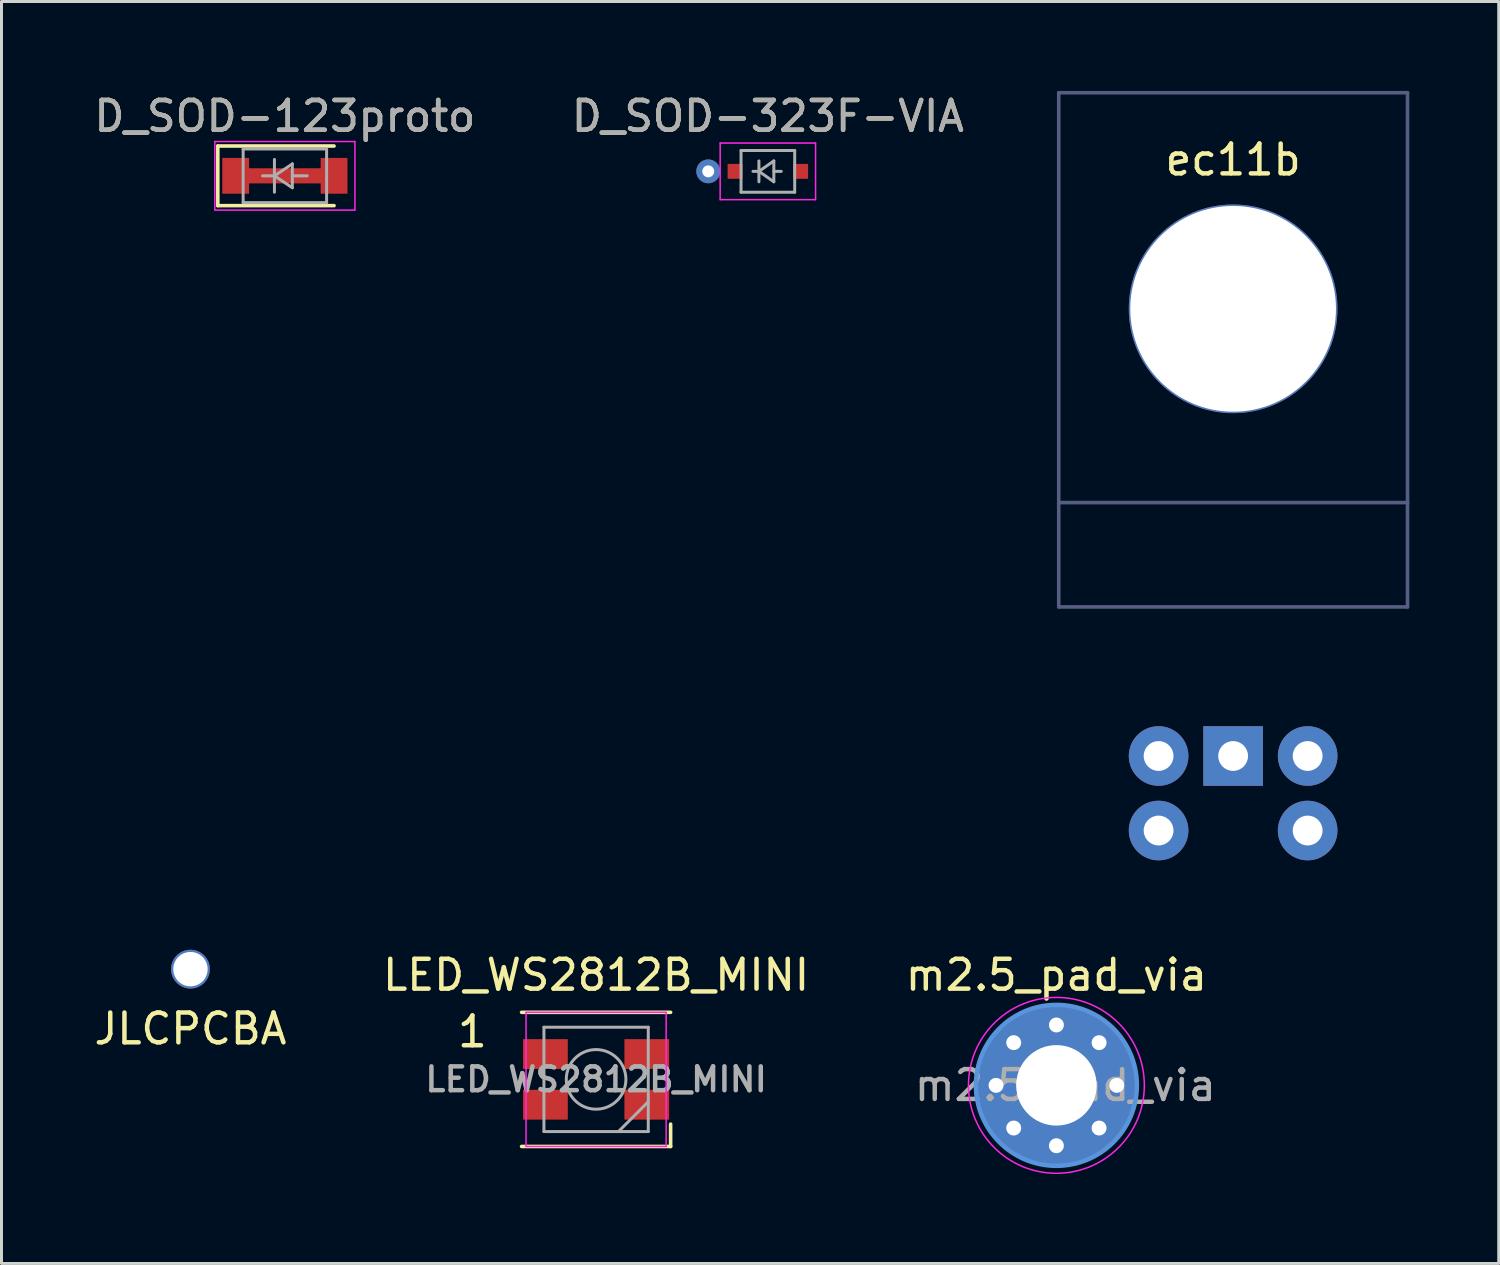
<source format=kicad_pcb>
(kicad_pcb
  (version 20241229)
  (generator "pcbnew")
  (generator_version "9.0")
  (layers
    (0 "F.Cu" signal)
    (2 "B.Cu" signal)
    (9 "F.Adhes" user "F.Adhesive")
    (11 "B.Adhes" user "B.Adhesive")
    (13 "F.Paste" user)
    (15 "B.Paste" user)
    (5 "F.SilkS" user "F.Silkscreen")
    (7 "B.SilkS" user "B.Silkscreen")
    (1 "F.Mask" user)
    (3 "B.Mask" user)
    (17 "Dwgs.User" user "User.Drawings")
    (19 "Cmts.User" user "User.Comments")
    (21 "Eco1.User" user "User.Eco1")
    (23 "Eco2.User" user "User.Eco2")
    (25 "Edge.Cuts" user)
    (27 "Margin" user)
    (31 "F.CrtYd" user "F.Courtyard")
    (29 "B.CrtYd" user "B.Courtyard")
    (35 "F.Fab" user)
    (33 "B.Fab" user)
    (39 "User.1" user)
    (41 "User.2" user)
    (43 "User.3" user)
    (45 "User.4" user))
  (footprint "D_SOD-323F-VIA"
    (layer "F.Cu")
    (at 22.708 2.698)
    (property "Reference" "D_SOD-323F-VIA" (at 0 -1.85 0) (layer "F.SilkS") (effects (font (size 1 1) (thickness 0.15))))
    (attr smd)
    (fp_line (start -1.6 -0.95) (end -1.6 0.95) (stroke (width 0.05) (type solid)) (layer "F.CrtYd"))
    (fp_line (start -1.6 -0.95) (end 1.6 -0.95) (stroke (width 0.05) (type solid)) (layer "F.CrtYd"))
    (fp_line (start -1.6 0.95) (end 1.6 0.95) (stroke (width 0.05) (type solid)) (layer "F.CrtYd"))
    (fp_line (start 1.6 -0.95) (end 1.6 0.95) (stroke (width 0.05) (type solid)) (layer "F.CrtYd"))
    (fp_line (start -0.9 -0.7) (end 0.9 -0.7) (stroke (width 0.1) (type solid)) (layer "F.Fab"))
    (fp_line (start -0.9 0.7) (end -0.9 -0.7) (stroke (width 0.1) (type solid)) (layer "F.Fab"))
    (fp_line (start -0.3 -0.35) (end -0.3 0.35) (stroke (width 0.1) (type solid)) (layer "F.Fab"))
    (fp_line (start -0.3 0) (end -0.5 0) (stroke (width 0.1) (type solid)) (layer "F.Fab"))
    (fp_line (start -0.3 0) (end 0.2 -0.35) (stroke (width 0.1) (type solid)) (layer "F.Fab"))
    (fp_line (start 0.2 -0.35) (end 0.2 0.35) (stroke (width 0.1) (type solid)) (layer "F.Fab"))
    (fp_line (start 0.2 0) (end 0.45 0) (stroke (width 0.1) (type solid)) (layer "F.Fab"))
    (fp_line (start 0.2 0.35) (end -0.3 0) (stroke (width 0.1) (type solid)) (layer "F.Fab"))
    (fp_line (start 0.9 -0.7) (end 0.9 0.7) (stroke (width 0.1) (type solid)) (layer "F.Fab"))
    (fp_line (start 0.9 0.7) (end -0.9 0.7) (stroke (width 0.1) (type solid)) (layer "F.Fab"))
    (fp_text user "${REFERENCE}" (at 0 -1.85 0) (layer "F.Fab") (effects (font (size 1 1) (thickness 0.15))))
    (pad "1" thru_hole circle (at -2 0) (size 0.8 0.8) (drill 0.4) (layers "*.Cu"))
    (pad "1" smd rect (at -1.1 0) (size 0.5 0.5) (layers "F.Cu" "F.Mask" "F.Paste"))
    (pad "2" smd rect (at 1.1 0) (size 0.5 0.5) (layers "F.Cu" "F.Mask" "F.Paste")))
  (footprint "ec11b"
    (layer "F.Cu")
    (at 38.315 7.31)
    (property "Reference" "ec11b" (at 0 -5 0) (layer "F.SilkS") (effects (font (size 1 1) (thickness 0.15))))
    (attr through_hole)
    (fp_line (start -1.05 5.75) (end -1.05 6.25) (stroke (width 0.12) (type solid)) (layer "Eco1.User"))
    (fp_line (start -0.85 6.45) (end 0.85 6.45) (stroke (width 0.12) (type solid)) (layer "Eco1.User"))
    (fp_line (start 0.85 5.55) (end -0.85 5.55) (stroke (width 0.12) (type solid)) (layer "Eco1.User"))
    (fp_line (start 1.05 6.25) (end 1.05 5.75) (stroke (width 0.12) (type solid)) (layer "Eco1.User"))
    (fp_arc (start -1.05 5.75) (mid -0.991421 5.608579) (end -0.85 5.55) (stroke (width 0.12) (type solid)) (layer "Eco1.User"))
    (fp_arc (start -0.85 6.45) (mid -0.991421 6.391421) (end -1.05 6.25) (stroke (width 0.12) (type solid)) (layer "Eco1.User"))
    (fp_arc (start 0.85 5.55) (mid 0.991421 5.608579) (end 1.05 5.75) (stroke (width 0.12) (type solid)) (layer "Eco1.User"))
    (fp_arc (start 1.05 6.25) (mid 0.991421 6.391421) (end 0.85 6.45) (stroke (width 0.12) (type solid)) (layer "Eco1.User"))
    (fp_line (start -5.85 -7.25) (end -5.85 6.5) (stroke (width 0.12) (type solid)) (layer "B.Fab"))
    (fp_line (start -5.85 -7.25) (end 5.85 -7.25) (stroke (width 0.12) (type solid)) (layer "B.Fab"))
    (fp_line (start -5.85 6.5) (end -5.85 10) (stroke (width 0.12) (type solid)) (layer "B.Fab"))
    (fp_line (start -5.85 6.5) (end 5.85 6.5) (stroke (width 0.12) (type solid)) (layer "B.Fab"))
    (fp_line (start -5.85 10) (end 5.85 10) (stroke (width 0.12) (type solid)) (layer "B.Fab"))
    (fp_line (start 5.85 -7.25) (end 5.85 6.5) (stroke (width 0.12) (type solid)) (layer "B.Fab"))
    (fp_line (start 5.85 6.5) (end 5.85 10) (stroke (width 0.12) (type solid)) (layer "B.Fab"))
    (pad "" np_thru_hole circle (at 0 0) (size 7 7) (drill 6.9) (layers "*.Cu" "*.Mask"))
    (pad "A" thru_hole circle (at 2.5 15 270) (size 2 2) (drill 1) (layers "*.Cu" "*.Mask"))
    (pad "B" thru_hole circle (at -2.5 15 270) (size 2 2) (drill 1) (layers "*.Cu" "*.Mask"))
    (pad "C" thru_hole rect (at 0 15 270) (size 2 2) (drill 1) (layers "*.Cu" "*.Mask"))
    (pad "S1" thru_hole circle (at -2.5 17.5 270) (size 2 2) (drill 1) (layers "*.Cu" "*.Mask"))
    (pad "S2" thru_hole circle (at 2.5 17.5 270) (size 2 2) (drill 1) (layers "*.Cu" "*.Mask")))
  (footprint "JLCPCBA"
    (layer "F.Cu")
    (at 3.339 29.46)
    (property "Reference" "JLCPCBA" (at 0 2 0) (layer "F.SilkS") (effects (font (size 1 1) (thickness 0.15))))
    (attr through_hole)
    (pad "" np_thru_hole circle (at 0 0) (size 1.3 1.3) (drill 1.152) (layers "*.Cu" "*.Mask")))
  (footprint "m2.5_pad_via"
    (layer "F.Cu")
    (at 32.387 33.358)
    (property "Reference" "m2.5_pad_via" (at 0 -3.7 0) (layer "F.SilkS") (effects (font (size 1 1) (thickness 0.15))))
    (attr exclude_from_pos_files exclude_from_bom)
    (fp_circle (center 0 0) (end 2.7 0) (stroke (width 0.15) (type solid)) (fill no) (layer "Cmts.User"))
    (fp_circle (center 0 0) (end 2.95 0) (stroke (width 0.05) (type solid)) (fill no) (layer "F.CrtYd"))
    (fp_text user "${REFERENCE}" (at 0.3 0 0) (layer "F.Fab") (effects (font (size 1 1) (thickness 0.15))))
    (pad "1" thru_hole circle (at -2.025 0) (size 0.8 0.8) (drill 0.5) (layers "*.Cu" "B.Mask"))
    (pad "1" thru_hole circle (at -1.432 -1.432) (size 0.8 0.8) (drill 0.5) (layers "*.Cu" "B.Mask"))
    (pad "1" thru_hole circle (at -1.432 1.432) (size 0.8 0.8) (drill 0.5) (layers "*.Cu" "B.Mask"))
    (pad "1" thru_hole circle (at 0 -2.025) (size 0.8 0.8) (drill 0.5) (layers "*.Cu" "B.Mask"))
    (pad "1" thru_hole circle (at 0 0) (size 5.4 5.4) (drill 2.7) (layers "*.Cu" "B.Mask"))
    (pad "1" thru_hole circle (at 0 2.025) (size 0.8 0.8) (drill 0.5) (layers "*.Cu" "B.Mask"))
    (pad "1" thru_hole circle (at 1.432 -1.432) (size 0.8 0.8) (drill 0.5) (layers "*.Cu" "B.Mask"))
    (pad "1" thru_hole circle (at 1.432 1.432) (size 0.8 0.8) (drill 0.5) (layers "*.Cu" "B.Mask"))
    (pad "1" thru_hole circle (at 2.025 0) (size 0.8 0.8) (drill 0.5) (layers "*.Cu" "B.Mask")))
  (footprint "D_SOD-123proto"
    (layer "F.Cu")
    (at 6.506 2.848)
    (property "Reference" "D_SOD-123proto" (at 0 -2 0) (layer "F.SilkS") (effects (font (size 1 1) (thickness 0.15))))
    (attr smd)
    (fp_line (start -2.25 -1) (end -2.25 1) (stroke (width 0.12) (type solid)) (layer "F.SilkS"))
    (fp_line (start -2.25 -1) (end 1.65 -1) (stroke (width 0.12) (type solid)) (layer "F.SilkS"))
    (fp_line (start -2.25 1) (end 1.65 1) (stroke (width 0.12) (type solid)) (layer "F.SilkS"))
    (fp_line (start -2.35 -1.15) (end -2.35 1.15) (stroke (width 0.05) (type solid)) (layer "F.CrtYd"))
    (fp_line (start -2.35 -1.15) (end 2.35 -1.15) (stroke (width 0.05) (type solid)) (layer "F.CrtYd"))
    (fp_line (start 2.35 -1.15) (end 2.35 1.15) (stroke (width 0.05) (type solid)) (layer "F.CrtYd"))
    (fp_line (start 2.35 1.15) (end -2.35 1.15) (stroke (width 0.05) (type solid)) (layer "F.CrtYd"))
    (fp_line (start -1.4 -0.9) (end 1.4 -0.9) (stroke (width 0.1) (type solid)) (layer "F.Fab"))
    (fp_line (start -1.4 0.9) (end -1.4 -0.9) (stroke (width 0.1) (type solid)) (layer "F.Fab"))
    (fp_line (start -0.75 0) (end -0.35 0) (stroke (width 0.1) (type solid)) (layer "F.Fab"))
    (fp_line (start -0.35 0) (end -0.35 -0.55) (stroke (width 0.1) (type solid)) (layer "F.Fab"))
    (fp_line (start -0.35 0) (end -0.35 0.55) (stroke (width 0.1) (type solid)) (layer "F.Fab"))
    (fp_line (start -0.35 0) (end 0.25 -0.4) (stroke (width 0.1) (type solid)) (layer "F.Fab"))
    (fp_line (start 0.25 -0.4) (end 0.25 0.4) (stroke (width 0.1) (type solid)) (layer "F.Fab"))
    (fp_line (start 0.25 0) (end 0.75 0) (stroke (width 0.1) (type solid)) (layer "F.Fab"))
    (fp_line (start 0.25 0.4) (end -0.35 0) (stroke (width 0.1) (type solid)) (layer "F.Fab"))
    (fp_line (start 1.4 -0.9) (end 1.4 0.9) (stroke (width 0.1) (type solid)) (layer "F.Fab"))
    (fp_line (start 1.4 0.9) (end -1.4 0.9) (stroke (width 0.1) (type solid)) (layer "F.Fab"))
    (fp_text user "${REFERENCE}" (at 0 -2 0) (layer "F.Fab") (effects (font (size 1 1) (thickness 0.15))))
    (pad "1" smd rect (at -1.65 0) (size 0.9 1.2) (layers "F.Cu" "F.Mask" "F.Paste"))
    (pad "2" smd roundrect (at 0 0) (size 3.808 0.508) (layers "F.Cu") (roundrect_rratio 0.5))
    (pad "2" smd rect (at 1.65 0) (size 0.9 1.2) (layers "F.Cu" "F.Mask" "F.Paste")))
  (footprint "LED_WS2812B_MINI"
    (layer "F.Cu")
    (at 16.946 33.158)
    (property "Reference" "LED_WS2812B_MINI" (at 0 -3.5 0) (layer "F.SilkS") (effects (font (size 1 1) (thickness 0.15))))
    (attr smd)
    (fp_line (start -2.5 -2.25) (end 2.5 -2.25) (stroke (width 0.12) (type solid)) (layer "F.SilkS"))
    (fp_line (start -2.5 2.25) (end 2.5 2.25) (stroke (width 0.12) (type solid)) (layer "F.SilkS"))
    (fp_line (start 2.5 2.25) (end 2.5 1.5) (stroke (width 0.12) (type solid)) (layer "F.SilkS"))
    (fp_line (start -2.35 -2.25) (end -2.35 2.25) (stroke (width 0.05) (type solid)) (layer "F.CrtYd"))
    (fp_line (start -2.35 2.25) (end 2.35 2.25) (stroke (width 0.05) (type solid)) (layer "F.CrtYd"))
    (fp_line (start 2.35 -2.25) (end -2.35 -2.25) (stroke (width 0.05) (type solid)) (layer "F.CrtYd"))
    (fp_line (start 2.35 2.25) (end 2.35 -2.25) (stroke (width 0.05) (type solid)) (layer "F.CrtYd"))
    (fp_line (start -1.75 -1.75) (end -1.75 1.75) (stroke (width 0.1) (type solid)) (layer "F.Fab"))
    (fp_line (start -1.75 1.75) (end 1.75 1.75) (stroke (width 0.1) (type solid)) (layer "F.Fab"))
    (fp_line (start 1.75 -1.75) (end -1.75 -1.75) (stroke (width 0.1) (type solid)) (layer "F.Fab"))
    (fp_line (start 1.75 0.75) (end 0.75 1.75) (stroke (width 0.1) (type solid)) (layer "F.Fab"))
    (fp_line (start 1.75 1.75) (end 1.75 -1.75) (stroke (width 0.1) (type solid)) (layer "F.Fab"))
    (fp_circle (center 0 0) (end 1 0) (stroke (width 0.1) (type solid)) (fill no) (layer "F.Fab"))
    (fp_text user "1" (at -4.15 -1.6 0) (layer "F.SilkS") (effects (font (size 1 1) (thickness 0.15))))
    (fp_text user "${REFERENCE}" (at 0 0 0) (layer "F.Fab") (effects (font (size 0.8 0.8) (thickness 0.15))))
    (pad "1" smd rect (at -1.7 -0.85) (size 1.5 1) (layers "F.Cu" "F.Mask" "F.Paste"))
    (pad "2" smd rect (at -1.7 0.85) (size 1.5 1) (layers "F.Cu" "F.Mask" "F.Paste"))
    (pad "3" smd rect (at 1.7 0.85) (size 1.5 1) (layers "F.Cu" "F.Mask" "F.Paste"))
    (pad "4" smd rect (at 1.7 -0.85) (size 1.5 1) (layers "F.Cu" "F.Mask" "F.Paste")))
  (gr_rect
    (start -3 -3)
    (end 47.225 39.333)
    (stroke (width 0.1) (type default))
    (fill no)
    (layer "Edge.Cuts")))
</source>
